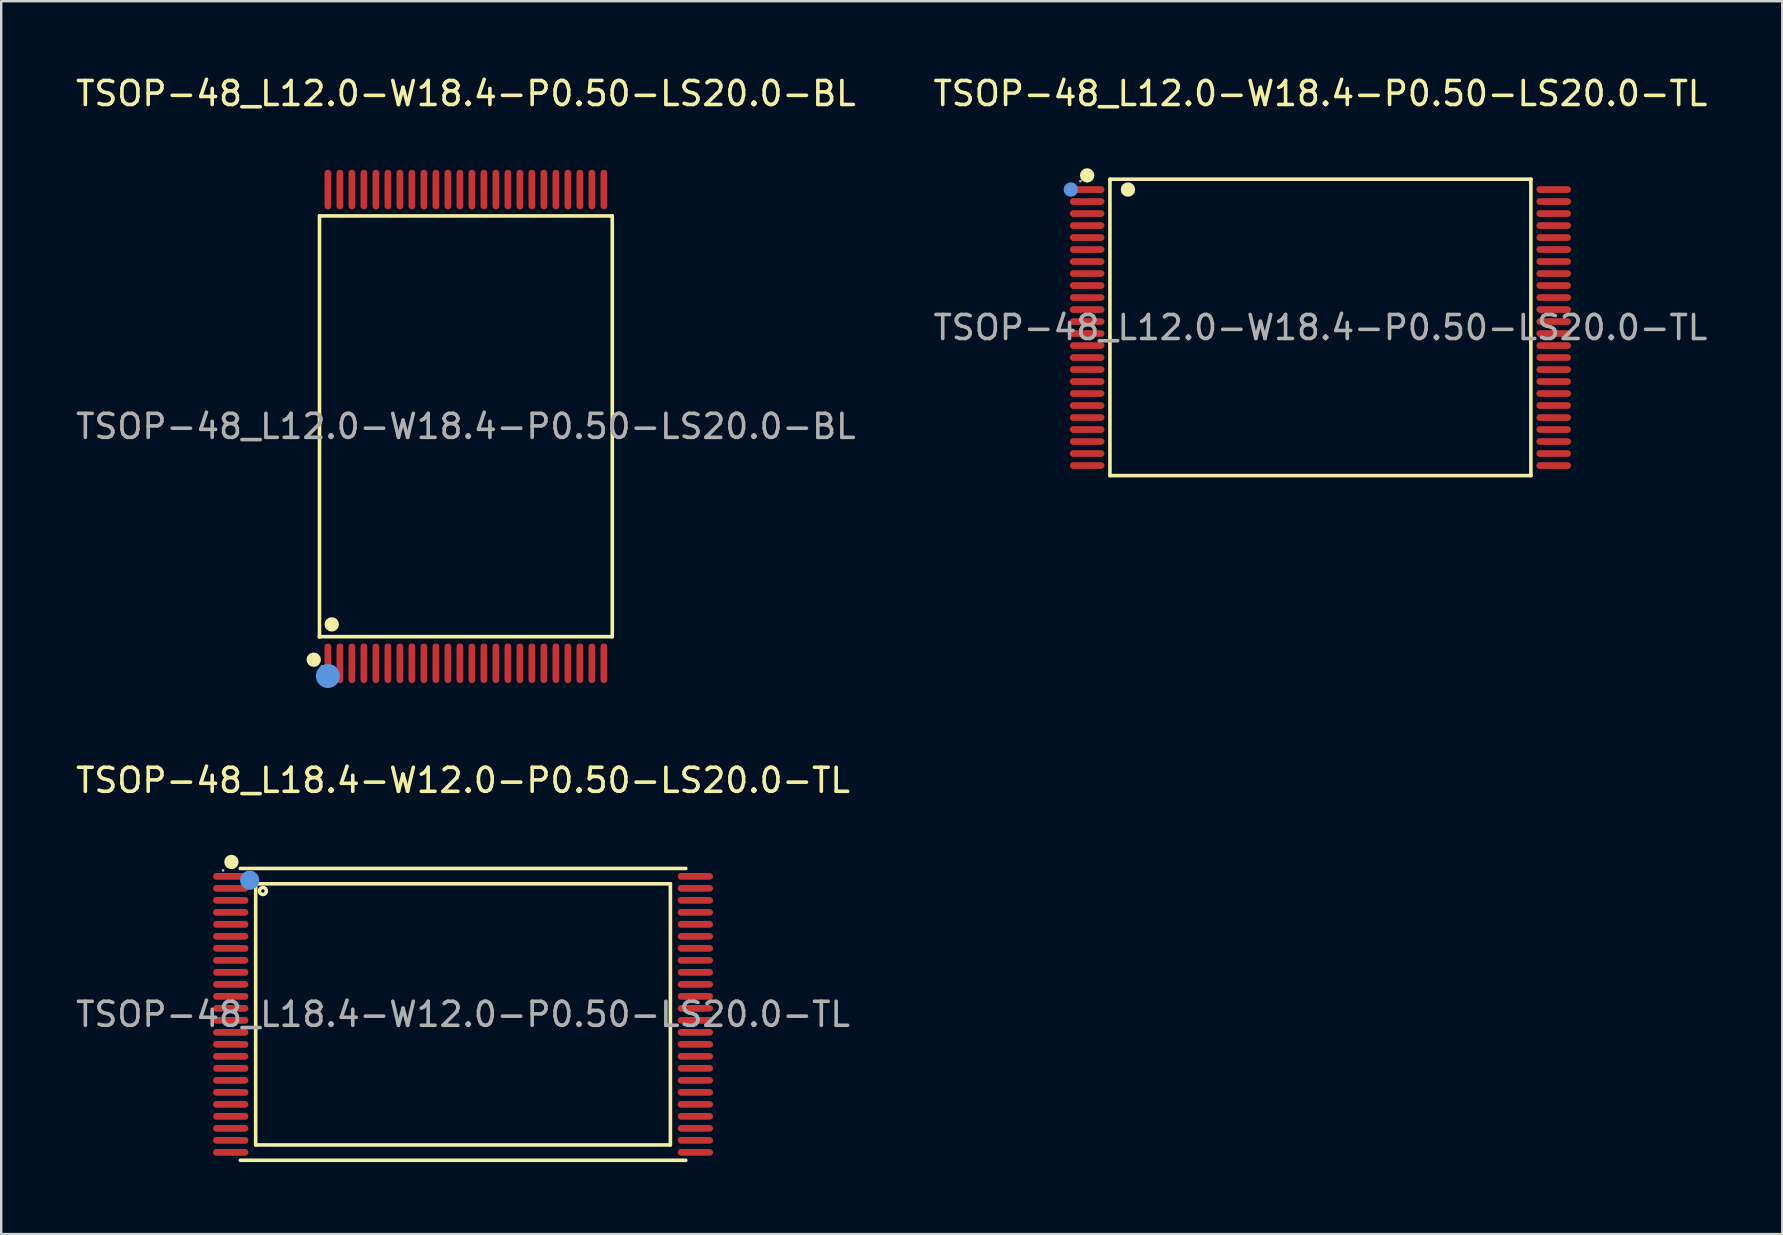
<source format=kicad_pcb>
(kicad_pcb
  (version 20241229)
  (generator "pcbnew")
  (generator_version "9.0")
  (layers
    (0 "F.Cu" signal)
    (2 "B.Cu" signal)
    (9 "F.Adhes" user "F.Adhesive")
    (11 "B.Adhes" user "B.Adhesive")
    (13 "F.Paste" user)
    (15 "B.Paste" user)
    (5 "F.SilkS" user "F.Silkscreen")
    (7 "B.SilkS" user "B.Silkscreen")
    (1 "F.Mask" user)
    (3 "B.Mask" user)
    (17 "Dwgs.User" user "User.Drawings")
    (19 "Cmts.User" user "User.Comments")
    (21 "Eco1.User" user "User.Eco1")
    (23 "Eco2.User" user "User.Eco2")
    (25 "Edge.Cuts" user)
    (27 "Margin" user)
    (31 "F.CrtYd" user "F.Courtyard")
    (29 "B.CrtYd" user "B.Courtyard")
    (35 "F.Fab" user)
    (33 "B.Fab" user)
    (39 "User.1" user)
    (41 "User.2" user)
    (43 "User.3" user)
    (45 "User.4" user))
  (footprint "TSOP-48_L12.0-W18.4-P0.50-LS20.0-TL"
    (layer "F.Cu")
    (at 51.97 10.598)
    (property "Reference" "TSOP-48_L12.0-W18.4-P0.50-LS20.0-TL" (at 0 -9.75 0) (layer "F.SilkS") (effects (font (size 1 1) (thickness 0.15))))
    (attr through_hole)
    (fp_line (start -8.77 -6.18) (end 8.77 -6.18) (stroke (width 0.15) (type solid)) (layer "F.SilkS"))
    (fp_line (start -8.77 6.17) (end -8.77 -6.18) (stroke (width 0.15) (type solid)) (layer "F.SilkS"))
    (fp_line (start 8.77 -6.18) (end 8.77 6.17) (stroke (width 0.15) (type solid)) (layer "F.SilkS"))
    (fp_line (start 8.77 6.17) (end -8.77 6.17) (stroke (width 0.15) (type solid)) (layer "F.SilkS"))
    (fp_circle (center -9.72 -6.34) (end -9.57 -6.34) (stroke (width 0.3) (type solid)) (fill no) (layer "F.SilkS"))
    (fp_circle (center -8.02 -5.75) (end -7.87 -5.75) (stroke (width 0.3) (type solid)) (fill no) (layer "F.SilkS"))
    (fp_circle (center -10.4 -5.75) (end -10.25 -5.75) (stroke (width 0.3) (type solid)) (fill no) (layer "Cmts.User"))
    (fp_circle (center -10 -6.1) (end -9.97 -6.1) (stroke (width 0.06) (type solid)) (fill no) (layer "F.Fab"))
    (fp_text user "${REFERENCE}" (at 0 0 0) (layer "F.Fab") (effects (font (size 1 1) (thickness 0.15))))
    (pad "1" smd oval (at -9.72 -5.75 270) (size 0.28 1.44) (layers "F.Cu" "F.Mask" "F.Paste"))
    (pad "2" smd oval (at -9.72 -5.25 270) (size 0.28 1.44) (layers "F.Cu" "F.Mask" "F.Paste"))
    (pad "3" smd oval (at -9.72 -4.75 270) (size 0.28 1.44) (layers "F.Cu" "F.Mask" "F.Paste"))
    (pad "4" smd oval (at -9.72 -4.25 270) (size 0.28 1.44) (layers "F.Cu" "F.Mask" "F.Paste"))
    (pad "5" smd oval (at -9.72 -3.75 270) (size 0.28 1.44) (layers "F.Cu" "F.Mask" "F.Paste"))
    (pad "6" smd oval (at -9.72 -3.25 270) (size 0.28 1.44) (layers "F.Cu" "F.Mask" "F.Paste"))
    (pad "7" smd oval (at -9.72 -2.75 270) (size 0.28 1.44) (layers "F.Cu" "F.Mask" "F.Paste"))
    (pad "8" smd oval (at -9.72 -2.25 270) (size 0.28 1.44) (layers "F.Cu" "F.Mask" "F.Paste"))
    (pad "9" smd oval (at -9.72 -1.75 270) (size 0.28 1.44) (layers "F.Cu" "F.Mask" "F.Paste"))
    (pad "10" smd oval (at -9.72 -1.25 270) (size 0.28 1.44) (layers "F.Cu" "F.Mask" "F.Paste"))
    (pad "11" smd oval (at -9.72 -0.75 270) (size 0.28 1.44) (layers "F.Cu" "F.Mask" "F.Paste"))
    (pad "12" smd oval (at -9.72 -0.25 270) (size 0.28 1.44) (layers "F.Cu" "F.Mask" "F.Paste"))
    (pad "13" smd oval (at -9.72 0.25 270) (size 0.28 1.44) (layers "F.Cu" "F.Mask" "F.Paste"))
    (pad "14" smd oval (at -9.72 0.75 270) (size 0.28 1.44) (layers "F.Cu" "F.Mask" "F.Paste"))
    (pad "15" smd oval (at -9.72 1.25 270) (size 0.28 1.44) (layers "F.Cu" "F.Mask" "F.Paste"))
    (pad "16" smd oval (at -9.72 1.75 270) (size 0.28 1.44) (layers "F.Cu" "F.Mask" "F.Paste"))
    (pad "17" smd oval (at -9.72 2.25 270) (size 0.28 1.44) (layers "F.Cu" "F.Mask" "F.Paste"))
    (pad "18" smd oval (at -9.72 2.75 270) (size 0.28 1.44) (layers "F.Cu" "F.Mask" "F.Paste"))
    (pad "19" smd oval (at -9.72 3.25 270) (size 0.28 1.44) (layers "F.Cu" "F.Mask" "F.Paste"))
    (pad "20" smd oval (at -9.72 3.75 270) (size 0.28 1.44) (layers "F.Cu" "F.Mask" "F.Paste"))
    (pad "21" smd oval (at -9.72 4.25 270) (size 0.28 1.44) (layers "F.Cu" "F.Mask" "F.Paste"))
    (pad "22" smd oval (at -9.72 4.75 270) (size 0.28 1.44) (layers "F.Cu" "F.Mask" "F.Paste"))
    (pad "23" smd oval (at -9.72 5.25 270) (size 0.28 1.44) (layers "F.Cu" "F.Mask" "F.Paste"))
    (pad "24" smd oval (at -9.72 5.75 270) (size 0.28 1.44) (layers "F.Cu" "F.Mask" "F.Paste"))
    (pad "25" smd oval (at 9.72 5.75 270) (size 0.28 1.44) (layers "F.Cu" "F.Mask" "F.Paste"))
    (pad "26" smd oval (at 9.72 5.25 270) (size 0.28 1.44) (layers "F.Cu" "F.Mask" "F.Paste"))
    (pad "27" smd oval (at 9.72 4.75 270) (size 0.28 1.44) (layers "F.Cu" "F.Mask" "F.Paste"))
    (pad "28" smd oval (at 9.72 4.25 270) (size 0.28 1.44) (layers "F.Cu" "F.Mask" "F.Paste"))
    (pad "29" smd oval (at 9.72 3.75 270) (size 0.28 1.44) (layers "F.Cu" "F.Mask" "F.Paste"))
    (pad "30" smd oval (at 9.72 3.25 270) (size 0.28 1.44) (layers "F.Cu" "F.Mask" "F.Paste"))
    (pad "31" smd oval (at 9.72 2.75 270) (size 0.28 1.44) (layers "F.Cu" "F.Mask" "F.Paste"))
    (pad "32" smd oval (at 9.72 2.25 270) (size 0.28 1.44) (layers "F.Cu" "F.Mask" "F.Paste"))
    (pad "33" smd oval (at 9.72 1.75 270) (size 0.28 1.44) (layers "F.Cu" "F.Mask" "F.Paste"))
    (pad "34" smd oval (at 9.72 1.25 270) (size 0.28 1.44) (layers "F.Cu" "F.Mask" "F.Paste"))
    (pad "35" smd oval (at 9.72 0.75 270) (size 0.28 1.44) (layers "F.Cu" "F.Mask" "F.Paste"))
    (pad "36" smd oval (at 9.72 0.25 270) (size 0.28 1.44) (layers "F.Cu" "F.Mask" "F.Paste"))
    (pad "37" smd oval (at 9.72 -0.25 270) (size 0.28 1.44) (layers "F.Cu" "F.Mask" "F.Paste"))
    (pad "38" smd oval (at 9.72 -0.75 270) (size 0.28 1.44) (layers "F.Cu" "F.Mask" "F.Paste"))
    (pad "39" smd oval (at 9.72 -1.25 270) (size 0.28 1.44) (layers "F.Cu" "F.Mask" "F.Paste"))
    (pad "40" smd oval (at 9.72 -1.75 270) (size 0.28 1.44) (layers "F.Cu" "F.Mask" "F.Paste"))
    (pad "41" smd oval (at 9.72 -2.25 270) (size 0.28 1.44) (layers "F.Cu" "F.Mask" "F.Paste"))
    (pad "42" smd oval (at 9.72 -2.75 270) (size 0.28 1.44) (layers "F.Cu" "F.Mask" "F.Paste"))
    (pad "43" smd oval (at 9.72 -3.25 270) (size 0.28 1.44) (layers "F.Cu" "F.Mask" "F.Paste"))
    (pad "44" smd oval (at 9.72 -3.75 270) (size 0.28 1.44) (layers "F.Cu" "F.Mask" "F.Paste"))
    (pad "45" smd oval (at 9.72 -4.25 270) (size 0.28 1.44) (layers "F.Cu" "F.Mask" "F.Paste"))
    (pad "46" smd oval (at 9.72 -4.75 270) (size 0.28 1.44) (layers "F.Cu" "F.Mask" "F.Paste"))
    (pad "47" smd oval (at 9.72 -5.25 270) (size 0.28 1.44) (layers "F.Cu" "F.Mask" "F.Paste"))
    (pad "48" smd oval (at 9.72 -5.75 270) (size 0.28 1.44) (layers "F.Cu" "F.Mask" "F.Paste")))
  (footprint "TSOP-48_L18.4-W12.0-P0.50-LS20.0-TL"
    (layer "F.Cu")
    (at 16.244 39.217)
    (property "Reference" "TSOP-48_L18.4-W12.0-P0.50-LS20.0-TL" (at 0 -9.75 0) (layer "F.SilkS") (effects (font (size 1 1) (thickness 0.15))))
    (attr through_hole)
    (fp_line (start -9.28 -6.08) (end 9.28 -6.08) (stroke (width 0.15) (type solid)) (layer "F.SilkS"))
    (fp_line (start -9.28 6.08) (end 9.28 6.08) (stroke (width 0.15) (type solid)) (layer "F.SilkS"))
    (fp_line (start -8.64 -5.44) (end 8.64 -5.44) (stroke (width 0.15) (type solid)) (layer "F.SilkS"))
    (fp_line (start -8.64 5.44) (end -8.64 -5.44) (stroke (width 0.15) (type solid)) (layer "F.SilkS"))
    (fp_line (start 8.64 -5.44) (end 8.64 5.44) (stroke (width 0.15) (type solid)) (layer "F.SilkS"))
    (fp_line (start 8.64 5.44) (end -8.64 5.44) (stroke (width 0.15) (type solid)) (layer "F.SilkS"))
    (fp_circle (center -9.65 -6.35) (end -9.5 -6.35) (stroke (width 0.3) (type solid)) (fill no) (layer "F.SilkS"))
    (fp_circle (center -8.34 -5.14) (end -8.27 -5.14) (stroke (width 0.15) (type solid)) (fill no) (layer "F.SilkS"))
    (fp_circle (center -8.89 -5.59) (end -8.69 -5.59) (stroke (width 0.4) (type solid)) (fill no) (layer "Cmts.User"))
    (fp_circle (center -10 -6) (end -9.97 -6) (stroke (width 0.06) (type solid)) (fill no) (layer "F.Fab"))
    (fp_text user "${REFERENCE}" (at 0 0 0) (layer "F.Fab") (effects (font (size 1 1) (thickness 0.15))))
    (pad "1" smd oval (at -9.68 -5.75) (size 1.47 0.28) (layers "F.Cu" "F.Mask" "F.Paste"))
    (pad "2" smd oval (at -9.68 -5.25) (size 1.47 0.28) (layers "F.Cu" "F.Mask" "F.Paste"))
    (pad "3" smd oval (at -9.68 -4.75) (size 1.47 0.28) (layers "F.Cu" "F.Mask" "F.Paste"))
    (pad "4" smd oval (at -9.68 -4.25) (size 1.47 0.28) (layers "F.Cu" "F.Mask" "F.Paste"))
    (pad "5" smd oval (at -9.68 -3.75) (size 1.47 0.28) (layers "F.Cu" "F.Mask" "F.Paste"))
    (pad "6" smd oval (at -9.68 -3.25) (size 1.47 0.28) (layers "F.Cu" "F.Mask" "F.Paste"))
    (pad "7" smd oval (at -9.68 -2.75) (size 1.47 0.28) (layers "F.Cu" "F.Mask" "F.Paste"))
    (pad "8" smd oval (at -9.68 -2.25) (size 1.47 0.28) (layers "F.Cu" "F.Mask" "F.Paste"))
    (pad "9" smd oval (at -9.68 -1.75) (size 1.47 0.28) (layers "F.Cu" "F.Mask" "F.Paste"))
    (pad "10" smd oval (at -9.68 -1.25) (size 1.47 0.28) (layers "F.Cu" "F.Mask" "F.Paste"))
    (pad "11" smd oval (at -9.68 -0.75) (size 1.47 0.28) (layers "F.Cu" "F.Mask" "F.Paste"))
    (pad "12" smd oval (at -9.68 -0.25) (size 1.47 0.28) (layers "F.Cu" "F.Mask" "F.Paste"))
    (pad "13" smd oval (at -9.68 0.25) (size 1.47 0.28) (layers "F.Cu" "F.Mask" "F.Paste"))
    (pad "14" smd oval (at -9.68 0.75) (size 1.47 0.28) (layers "F.Cu" "F.Mask" "F.Paste"))
    (pad "15" smd oval (at -9.68 1.25) (size 1.47 0.28) (layers "F.Cu" "F.Mask" "F.Paste"))
    (pad "16" smd oval (at -9.68 1.75) (size 1.47 0.28) (layers "F.Cu" "F.Mask" "F.Paste"))
    (pad "17" smd oval (at -9.68 2.25) (size 1.47 0.28) (layers "F.Cu" "F.Mask" "F.Paste"))
    (pad "18" smd oval (at -9.68 2.75) (size 1.47 0.28) (layers "F.Cu" "F.Mask" "F.Paste"))
    (pad "19" smd oval (at -9.68 3.25) (size 1.47 0.28) (layers "F.Cu" "F.Mask" "F.Paste"))
    (pad "20" smd oval (at -9.68 3.75) (size 1.47 0.28) (layers "F.Cu" "F.Mask" "F.Paste"))
    (pad "21" smd oval (at -9.68 4.25) (size 1.47 0.28) (layers "F.Cu" "F.Mask" "F.Paste"))
    (pad "22" smd oval (at -9.68 4.75) (size 1.47 0.28) (layers "F.Cu" "F.Mask" "F.Paste"))
    (pad "23" smd oval (at -9.68 5.25) (size 1.47 0.28) (layers "F.Cu" "F.Mask" "F.Paste"))
    (pad "24" smd oval (at -9.68 5.75) (size 1.47 0.28) (layers "F.Cu" "F.Mask" "F.Paste"))
    (pad "25" smd oval (at 9.68 5.75) (size 1.47 0.28) (layers "F.Cu" "F.Mask" "F.Paste"))
    (pad "26" smd oval (at 9.68 5.25) (size 1.47 0.28) (layers "F.Cu" "F.Mask" "F.Paste"))
    (pad "27" smd oval (at 9.68 4.75) (size 1.47 0.28) (layers "F.Cu" "F.Mask" "F.Paste"))
    (pad "28" smd oval (at 9.68 4.25) (size 1.47 0.28) (layers "F.Cu" "F.Mask" "F.Paste"))
    (pad "29" smd oval (at 9.68 3.75) (size 1.47 0.28) (layers "F.Cu" "F.Mask" "F.Paste"))
    (pad "30" smd oval (at 9.68 3.25) (size 1.47 0.28) (layers "F.Cu" "F.Mask" "F.Paste"))
    (pad "31" smd oval (at 9.68 2.75) (size 1.47 0.28) (layers "F.Cu" "F.Mask" "F.Paste"))
    (pad "32" smd oval (at 9.68 2.25) (size 1.47 0.28) (layers "F.Cu" "F.Mask" "F.Paste"))
    (pad "33" smd oval (at 9.68 1.75) (size 1.47 0.28) (layers "F.Cu" "F.Mask" "F.Paste"))
    (pad "34" smd oval (at 9.68 1.25) (size 1.47 0.28) (layers "F.Cu" "F.Mask" "F.Paste"))
    (pad "35" smd oval (at 9.68 0.75) (size 1.47 0.28) (layers "F.Cu" "F.Mask" "F.Paste"))
    (pad "36" smd oval (at 9.68 0.25) (size 1.47 0.28) (layers "F.Cu" "F.Mask" "F.Paste"))
    (pad "37" smd oval (at 9.68 -0.25) (size 1.47 0.28) (layers "F.Cu" "F.Mask" "F.Paste"))
    (pad "38" smd oval (at 9.68 -0.75) (size 1.47 0.28) (layers "F.Cu" "F.Mask" "F.Paste"))
    (pad "39" smd oval (at 9.68 -1.25) (size 1.47 0.28) (layers "F.Cu" "F.Mask" "F.Paste"))
    (pad "40" smd oval (at 9.68 -1.75) (size 1.47 0.28) (layers "F.Cu" "F.Mask" "F.Paste"))
    (pad "41" smd oval (at 9.68 -2.25) (size 1.47 0.28) (layers "F.Cu" "F.Mask" "F.Paste"))
    (pad "42" smd oval (at 9.68 -2.75) (size 1.47 0.28) (layers "F.Cu" "F.Mask" "F.Paste"))
    (pad "43" smd oval (at 9.68 -3.25) (size 1.47 0.28) (layers "F.Cu" "F.Mask" "F.Paste"))
    (pad "44" smd oval (at 9.68 -3.75) (size 1.47 0.28) (layers "F.Cu" "F.Mask" "F.Paste"))
    (pad "45" smd oval (at 9.68 -4.25) (size 1.47 0.28) (layers "F.Cu" "F.Mask" "F.Paste"))
    (pad "46" smd oval (at 9.68 -4.75) (size 1.47 0.28) (layers "F.Cu" "F.Mask" "F.Paste"))
    (pad "47" smd oval (at 9.68 -5.25) (size 1.47 0.28) (layers "F.Cu" "F.Mask" "F.Paste"))
    (pad "48" smd oval (at 9.68 -5.75) (size 1.47 0.28) (layers "F.Cu" "F.Mask" "F.Paste")))
  (footprint "TSOP-48_L12.0-W18.4-P0.50-LS20.0-BL"
    (layer "F.Cu")
    (at 16.363 14.718)
    (property "Reference" "TSOP-48_L12.0-W18.4-P0.50-LS20.0-BL" (at 0 -13.87 0) (layer "F.SilkS") (effects (font (size 1 1) (thickness 0.15))))
    (attr through_hole)
    (fp_line (start -6.1 -8.77) (end 6.1 -8.77) (stroke (width 0.15) (type solid)) (layer "F.SilkS"))
    (fp_line (start -6.1 8.76) (end -6.1 8.77) (stroke (width 0.15) (type solid)) (layer "F.SilkS"))
    (fp_line (start -6.1 8.77) (end -6.1 -8.77) (stroke (width 0.15) (type solid)) (layer "F.SilkS"))
    (fp_line (start 6.1 -8.77) (end 6.1 8.76) (stroke (width 0.15) (type solid)) (layer "F.SilkS"))
    (fp_line (start 6.1 8.76) (end -6.1 8.76) (stroke (width 0.15) (type solid)) (layer "F.SilkS"))
    (fp_circle (center -6.34 9.72) (end -6.19 9.72) (stroke (width 0.3) (type solid)) (fill no) (layer "F.SilkS"))
    (fp_circle (center -5.59 8.25) (end -5.44 8.25) (stroke (width 0.3) (type solid)) (fill no) (layer "F.SilkS"))
    (fp_circle (center -5.75 10.4) (end -5.5 10.4) (stroke (width 0.5) (type solid)) (fill no) (layer "Cmts.User"))
    (fp_circle (center -6 10) (end -5.97 10) (stroke (width 0.06) (type solid)) (fill no) (layer "F.Fab"))
    (fp_text user "${REFERENCE}" (at 0 0 0) (layer "F.Fab") (effects (font (size 1 1) (thickness 0.15))))
    (pad "1" smd oval (at -5.75 9.87) (size 0.28 1.65) (layers "F.Cu" "F.Mask" "F.Paste"))
    (pad "2" smd oval (at -5.25 9.87) (size 0.28 1.65) (layers "F.Cu" "F.Mask" "F.Paste"))
    (pad "3" smd oval (at -4.75 9.87) (size 0.28 1.65) (layers "F.Cu" "F.Mask" "F.Paste"))
    (pad "4" smd oval (at -4.25 9.87) (size 0.28 1.65) (layers "F.Cu" "F.Mask" "F.Paste"))
    (pad "5" smd oval (at -3.75 9.87) (size 0.28 1.65) (layers "F.Cu" "F.Mask" "F.Paste"))
    (pad "6" smd oval (at -3.25 9.87) (size 0.28 1.65) (layers "F.Cu" "F.Mask" "F.Paste"))
    (pad "7" smd oval (at -2.75 9.87) (size 0.28 1.65) (layers "F.Cu" "F.Mask" "F.Paste"))
    (pad "8" smd oval (at -2.25 9.87) (size 0.28 1.65) (layers "F.Cu" "F.Mask" "F.Paste"))
    (pad "9" smd oval (at -1.75 9.87) (size 0.28 1.65) (layers "F.Cu" "F.Mask" "F.Paste"))
    (pad "10" smd oval (at -1.25 9.87) (size 0.28 1.65) (layers "F.Cu" "F.Mask" "F.Paste"))
    (pad "11" smd oval (at -0.75 9.87) (size 0.28 1.65) (layers "F.Cu" "F.Mask" "F.Paste"))
    (pad "12" smd oval (at -0.25 9.87) (size 0.28 1.65) (layers "F.Cu" "F.Mask" "F.Paste"))
    (pad "13" smd oval (at 0.25 9.87) (size 0.28 1.65) (layers "F.Cu" "F.Mask" "F.Paste"))
    (pad "14" smd oval (at 0.75 9.87) (size 0.28 1.65) (layers "F.Cu" "F.Mask" "F.Paste"))
    (pad "15" smd oval (at 1.25 9.87) (size 0.28 1.65) (layers "F.Cu" "F.Mask" "F.Paste"))
    (pad "16" smd oval (at 1.75 9.87) (size 0.28 1.65) (layers "F.Cu" "F.Mask" "F.Paste"))
    (pad "17" smd oval (at 2.25 9.87) (size 0.28 1.65) (layers "F.Cu" "F.Mask" "F.Paste"))
    (pad "18" smd oval (at 2.75 9.87) (size 0.28 1.65) (layers "F.Cu" "F.Mask" "F.Paste"))
    (pad "19" smd oval (at 3.25 9.87) (size 0.28 1.65) (layers "F.Cu" "F.Mask" "F.Paste"))
    (pad "20" smd oval (at 3.75 9.87) (size 0.28 1.65) (layers "F.Cu" "F.Mask" "F.Paste"))
    (pad "21" smd oval (at 4.25 9.87) (size 0.28 1.65) (layers "F.Cu" "F.Mask" "F.Paste"))
    (pad "22" smd oval (at 4.75 9.87) (size 0.28 1.65) (layers "F.Cu" "F.Mask" "F.Paste"))
    (pad "23" smd oval (at 5.25 9.87) (size 0.28 1.65) (layers "F.Cu" "F.Mask" "F.Paste"))
    (pad "24" smd oval (at 5.75 9.87) (size 0.28 1.65) (layers "F.Cu" "F.Mask" "F.Paste"))
    (pad "25" smd oval (at 5.75 -9.87) (size 0.28 1.65) (layers "F.Cu" "F.Mask" "F.Paste"))
    (pad "26" smd oval (at 5.25 -9.87) (size 0.28 1.65) (layers "F.Cu" "F.Mask" "F.Paste"))
    (pad "27" smd oval (at 4.75 -9.87) (size 0.28 1.65) (layers "F.Cu" "F.Mask" "F.Paste"))
    (pad "28" smd oval (at 4.25 -9.87) (size 0.28 1.65) (layers "F.Cu" "F.Mask" "F.Paste"))
    (pad "29" smd oval (at 3.75 -9.87) (size 0.28 1.65) (layers "F.Cu" "F.Mask" "F.Paste"))
    (pad "30" smd oval (at 3.25 -9.87) (size 0.28 1.65) (layers "F.Cu" "F.Mask" "F.Paste"))
    (pad "31" smd oval (at 2.75 -9.87) (size 0.28 1.65) (layers "F.Cu" "F.Mask" "F.Paste"))
    (pad "32" smd oval (at 2.25 -9.87) (size 0.28 1.65) (layers "F.Cu" "F.Mask" "F.Paste"))
    (pad "33" smd oval (at 1.75 -9.87) (size 0.28 1.65) (layers "F.Cu" "F.Mask" "F.Paste"))
    (pad "34" smd oval (at 1.25 -9.87) (size 0.28 1.65) (layers "F.Cu" "F.Mask" "F.Paste"))
    (pad "35" smd oval (at 0.75 -9.87) (size 0.28 1.65) (layers "F.Cu" "F.Mask" "F.Paste"))
    (pad "36" smd oval (at 0.25 -9.87) (size 0.28 1.65) (layers "F.Cu" "F.Mask" "F.Paste"))
    (pad "37" smd oval (at -0.25 -9.87) (size 0.28 1.65) (layers "F.Cu" "F.Mask" "F.Paste"))
    (pad "38" smd oval (at -0.75 -9.87) (size 0.28 1.65) (layers "F.Cu" "F.Mask" "F.Paste"))
    (pad "39" smd oval (at -1.25 -9.87) (size 0.28 1.65) (layers "F.Cu" "F.Mask" "F.Paste"))
    (pad "40" smd oval (at -1.75 -9.87) (size 0.28 1.65) (layers "F.Cu" "F.Mask" "F.Paste"))
    (pad "41" smd oval (at -2.25 -9.87) (size 0.28 1.65) (layers "F.Cu" "F.Mask" "F.Paste"))
    (pad "42" smd oval (at -2.75 -9.87) (size 0.28 1.65) (layers "F.Cu" "F.Mask" "F.Paste"))
    (pad "43" smd oval (at -3.25 -9.87) (size 0.28 1.65) (layers "F.Cu" "F.Mask" "F.Paste"))
    (pad "44" smd oval (at -3.75 -9.87) (size 0.28 1.65) (layers "F.Cu" "F.Mask" "F.Paste"))
    (pad "45" smd oval (at -4.25 -9.87) (size 0.28 1.65) (layers "F.Cu" "F.Mask" "F.Paste"))
    (pad "46" smd oval (at -4.75 -9.87) (size 0.28 1.65) (layers "F.Cu" "F.Mask" "F.Paste"))
    (pad "47" smd oval (at -5.25 -9.87) (size 0.28 1.65) (layers "F.Cu" "F.Mask" "F.Paste"))
    (pad "48" smd oval (at -5.75 -9.87) (size 0.28 1.65) (layers "F.Cu" "F.Mask" "F.Paste")))
  (gr_rect
    (start -3 -3)
    (end 71.214 48.371)
    (stroke (width 0.1) (type default))
    (fill no)
    (layer "Edge.Cuts")))
</source>
